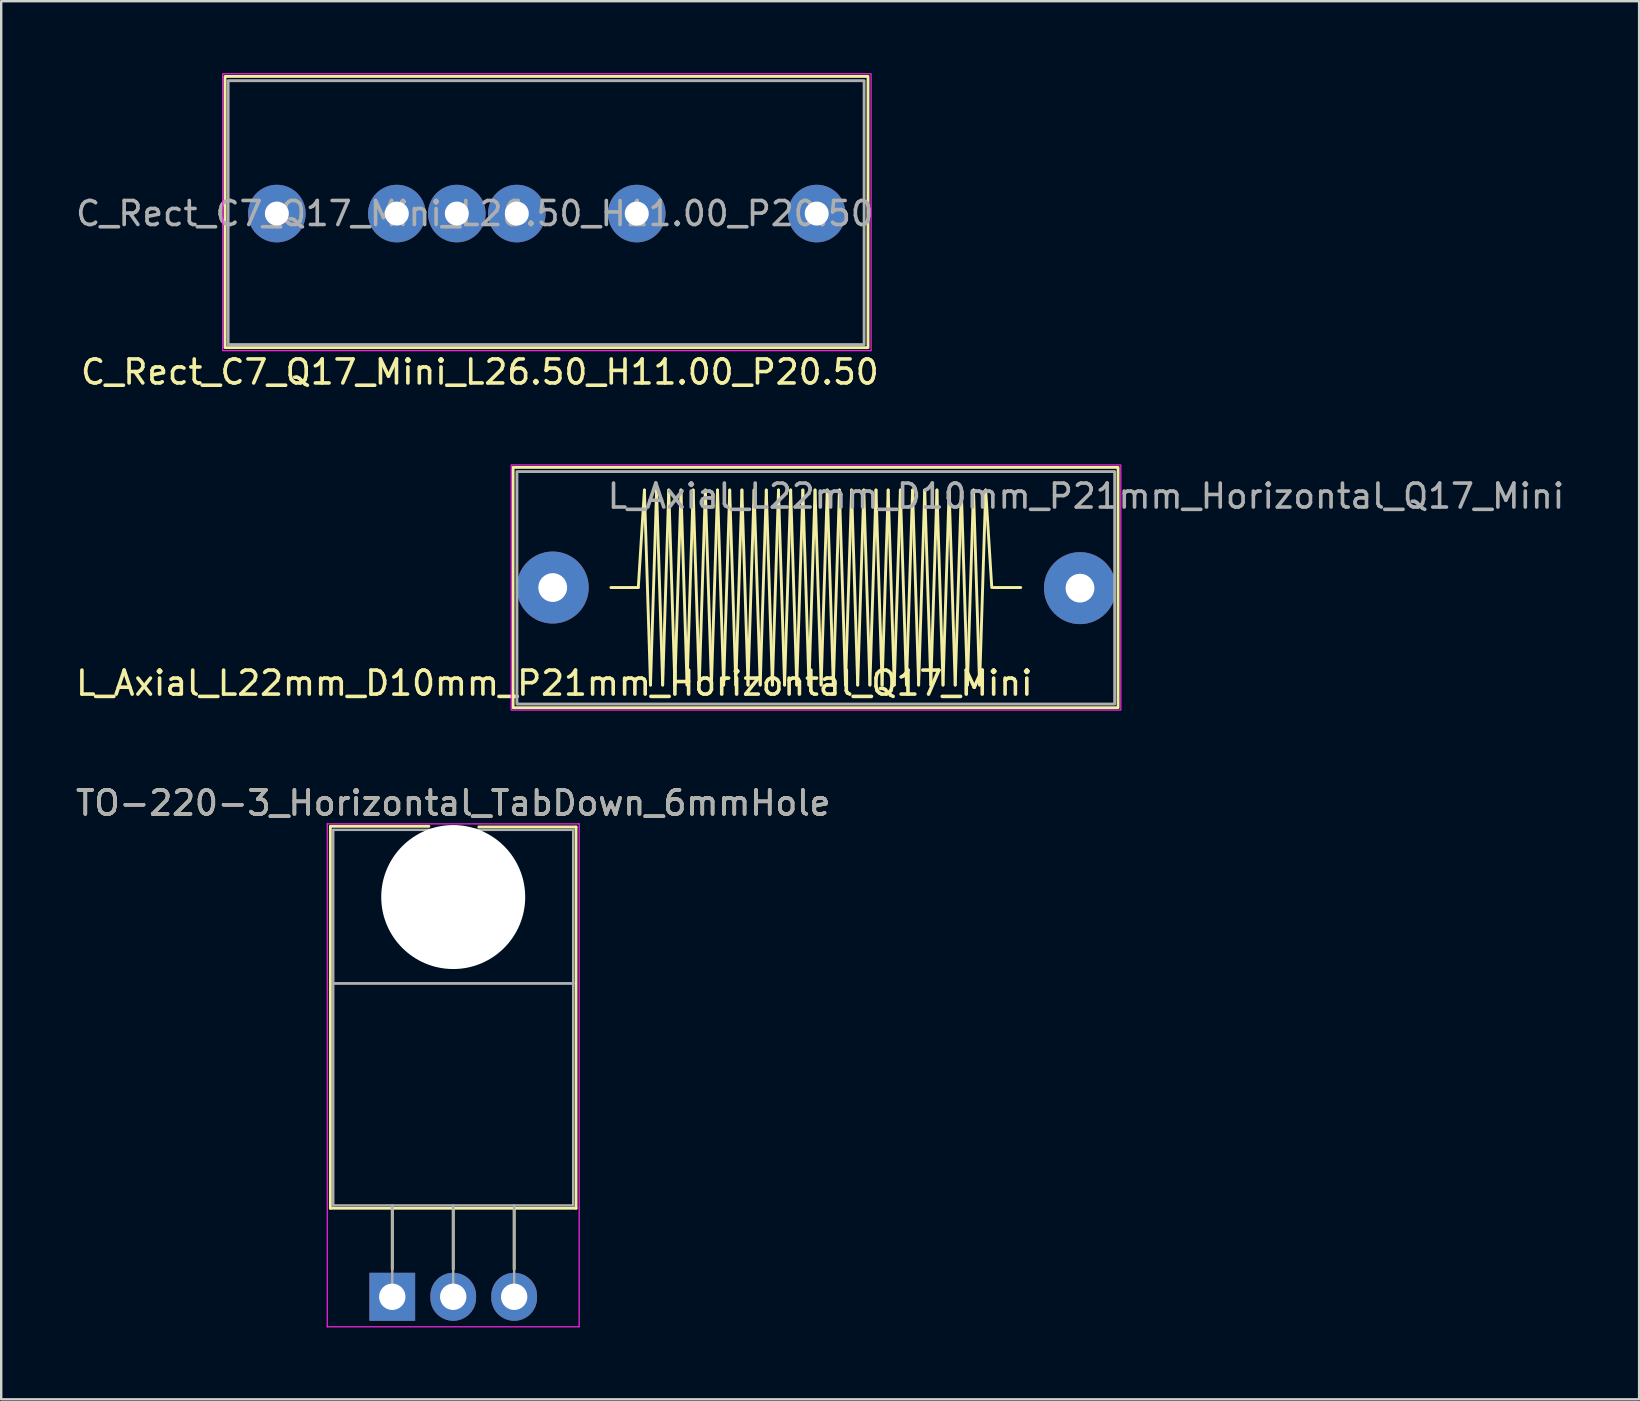
<source format=kicad_pcb>
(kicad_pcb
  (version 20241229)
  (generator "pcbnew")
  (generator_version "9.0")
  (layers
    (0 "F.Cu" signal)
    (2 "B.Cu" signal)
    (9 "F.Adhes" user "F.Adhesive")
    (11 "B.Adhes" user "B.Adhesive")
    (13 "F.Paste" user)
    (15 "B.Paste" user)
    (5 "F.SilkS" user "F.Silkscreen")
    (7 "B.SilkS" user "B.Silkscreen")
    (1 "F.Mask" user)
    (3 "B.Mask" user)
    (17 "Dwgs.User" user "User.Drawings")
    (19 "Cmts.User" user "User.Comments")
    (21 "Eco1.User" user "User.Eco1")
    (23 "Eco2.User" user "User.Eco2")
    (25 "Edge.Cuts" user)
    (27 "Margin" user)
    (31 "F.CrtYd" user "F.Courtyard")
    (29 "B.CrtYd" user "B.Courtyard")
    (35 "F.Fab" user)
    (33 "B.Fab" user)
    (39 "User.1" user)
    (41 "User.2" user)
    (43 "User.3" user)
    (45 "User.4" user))
  (footprint "C_Rect_C7_Q17_Mini_L26.50_H11.00_P20.50"
    (layer "F.Cu")
    (at 8.489 5.851)
    (property "Reference" "C_Rect_C7_Q17_Mini_L26.50_H11.00_P20.50" (at 8.461 6.604 0) (layer "F.SilkS") (effects (font (size 1 1) (thickness 0.15))))
    (attr through_hole)
    (fp_rect (start -2.159 -5.715) (end 24.638 5.588) (stroke (width 0.12) (type solid)) (fill no) (layer "F.SilkS"))
    (fp_rect (start -2.256 -5.826) (end 24.765 5.715) (stroke (width 0.05) (type solid)) (fill no) (layer "F.CrtYd"))
    (fp_rect (start -2.032 -5.539) (end 24.476 5.461) (stroke (width 0.12) (type solid)) (fill no) (layer "F.Fab"))
    (fp_text user "${REFERENCE}" (at 8.255 0 0) (layer "F.Fab") (effects (font (size 1 1) (thickness 0.15))))
    (pad "1" thru_hole circle (at 0 0) (size 2.4 2.4) (drill 1) (layers "*.Cu" "*.Mask"))
    (pad "2" thru_hole circle (at 5 0 180) (size 2.4 2.4) (drill 1) (layers "*.Cu" "*.Mask"))
    (pad "2" thru_hole circle (at 7.5 0 180) (size 2.4 2.4) (drill 1) (layers "*.Cu" "*.Mask"))
    (pad "2" thru_hole circle (at 10 0 180) (size 2.4 2.4) (drill 1) (layers "*.Cu" "*.Mask"))
    (pad "2" thru_hole circle (at 15 0 180) (size 2.4 2.4) (drill 1) (layers "*.Cu" "*.Mask"))
    (pad "2" thru_hole circle (at 22.5 0 180) (size 2.4 2.4) (drill 1) (layers "*.Cu" "*.Mask")))
  (footprint "L_Axial_L22mm_D10mm_P21mm_Horizontal_Q17_Mini"
    (layer "F.Cu")
    (at 19.986 21.437)
    (property "Reference" "L_Axial_L22mm_D10mm_P21mm_Horizontal_Q17_Mini" (at 0.068 3.986 0) (layer "F.SilkS") (effects (font (size 1 1) (thickness 0.15))))
    (attr through_hole)
    (fp_line (start 2.424 0) (end 3.567 0) (stroke (width 0.12) (type solid)) (layer "F.SilkS"))
    (fp_line (start 3.567 0) (end 3.821 -4.064) (stroke (width 0.12) (type solid)) (layer "F.SilkS"))
    (fp_line (start 3.821 -4.064) (end 4.075 4.064) (stroke (width 0.12) (type solid)) (layer "F.SilkS"))
    (fp_line (start 4.075 4.064) (end 4.329 -4.064) (stroke (width 0.12) (type solid)) (layer "F.SilkS"))
    (fp_line (start 4.329 -4.064) (end 4.583 4.064) (stroke (width 0.12) (type solid)) (layer "F.SilkS"))
    (fp_line (start 4.583 4.064) (end 4.837 -4.064) (stroke (width 0.12) (type solid)) (layer "F.SilkS"))
    (fp_line (start 4.837 -4.064) (end 5.091 4.064) (stroke (width 0.12) (type solid)) (layer "F.SilkS"))
    (fp_line (start 5.091 4.064) (end 5.345 -4.064) (stroke (width 0.12) (type solid)) (layer "F.SilkS"))
    (fp_line (start 5.345 -4.064) (end 5.599 4.064) (stroke (width 0.12) (type solid)) (layer "F.SilkS"))
    (fp_line (start 5.599 4.064) (end 5.853 -4.064) (stroke (width 0.12) (type solid)) (layer "F.SilkS"))
    (fp_line (start 5.853 -4.064) (end 6.107 4.064) (stroke (width 0.12) (type solid)) (layer "F.SilkS"))
    (fp_line (start 6.107 4.064) (end 6.361 -4.064) (stroke (width 0.12) (type solid)) (layer "F.SilkS"))
    (fp_line (start 6.361 -4.064) (end 6.615 4.064) (stroke (width 0.12) (type solid)) (layer "F.SilkS"))
    (fp_line (start 6.615 4.064) (end 6.869 -4.064) (stroke (width 0.12) (type solid)) (layer "F.SilkS"))
    (fp_line (start 6.869 -4.064) (end 7.123 4.064) (stroke (width 0.12) (type solid)) (layer "F.SilkS"))
    (fp_line (start 7.123 4.064) (end 7.377 -4.064) (stroke (width 0.12) (type solid)) (layer "F.SilkS"))
    (fp_line (start 7.377 -4.064) (end 7.631 4.064) (stroke (width 0.12) (type solid)) (layer "F.SilkS"))
    (fp_line (start 7.631 4.064) (end 7.885 -4.064) (stroke (width 0.12) (type solid)) (layer "F.SilkS"))
    (fp_line (start 7.885 -4.064) (end 8.139 4.064) (stroke (width 0.12) (type solid)) (layer "F.SilkS"))
    (fp_line (start 8.139 4.064) (end 8.393 -4.064) (stroke (width 0.12) (type solid)) (layer "F.SilkS"))
    (fp_line (start 8.393 -4.064) (end 8.647 4.064) (stroke (width 0.12) (type solid)) (layer "F.SilkS"))
    (fp_line (start 8.647 4.064) (end 8.901 -4.064) (stroke (width 0.12) (type solid)) (layer "F.SilkS"))
    (fp_line (start 8.901 -4.064) (end 9.155 4.064) (stroke (width 0.12) (type solid)) (layer "F.SilkS"))
    (fp_line (start 9.155 4.064) (end 9.409 -4.064) (stroke (width 0.12) (type solid)) (layer "F.SilkS"))
    (fp_line (start 9.409 -4.064) (end 9.663 4.064) (stroke (width 0.12) (type solid)) (layer "F.SilkS"))
    (fp_line (start 9.663 4.064) (end 9.917 -4.064) (stroke (width 0.12) (type solid)) (layer "F.SilkS"))
    (fp_line (start 9.917 -4.064) (end 10.171 4.064) (stroke (width 0.12) (type solid)) (layer "F.SilkS"))
    (fp_line (start 10.171 4.064) (end 10.425 -4.064) (stroke (width 0.12) (type solid)) (layer "F.SilkS"))
    (fp_line (start 10.425 -4.064) (end 10.679 4.064) (stroke (width 0.12) (type solid)) (layer "F.SilkS"))
    (fp_line (start 10.679 4.064) (end 10.933 -4.064) (stroke (width 0.12) (type solid)) (layer "F.SilkS"))
    (fp_line (start 10.933 -4.064) (end 11.187 4.064) (stroke (width 0.12) (type solid)) (layer "F.SilkS"))
    (fp_line (start 11.187 4.064) (end 11.441 -4.064) (stroke (width 0.12) (type solid)) (layer "F.SilkS"))
    (fp_line (start 11.441 -4.064) (end 11.695 4.064) (stroke (width 0.12) (type solid)) (layer "F.SilkS"))
    (fp_line (start 11.695 4.064) (end 11.949 -4.064) (stroke (width 0.12) (type solid)) (layer "F.SilkS"))
    (fp_line (start 11.949 -4.064) (end 12.203 4.064) (stroke (width 0.12) (type solid)) (layer "F.SilkS"))
    (fp_line (start 12.203 4.064) (end 12.457 -4.064) (stroke (width 0.12) (type solid)) (layer "F.SilkS"))
    (fp_line (start 12.457 -4.064) (end 12.711 4.064) (stroke (width 0.12) (type solid)) (layer "F.SilkS"))
    (fp_line (start 12.711 4.064) (end 12.965 -4.064) (stroke (width 0.12) (type solid)) (layer "F.SilkS"))
    (fp_line (start 12.965 -4.064) (end 13.219 4.064) (stroke (width 0.12) (type solid)) (layer "F.SilkS"))
    (fp_line (start 13.219 4.064) (end 13.473 -4.064) (stroke (width 0.12) (type solid)) (layer "F.SilkS"))
    (fp_line (start 13.473 -4.064) (end 13.727 4.064) (stroke (width 0.12) (type solid)) (layer "F.SilkS"))
    (fp_line (start 13.727 4.064) (end 13.981 -4.064) (stroke (width 0.12) (type solid)) (layer "F.SilkS"))
    (fp_line (start 13.981 -4.064) (end 14.235 4.064) (stroke (width 0.12) (type solid)) (layer "F.SilkS"))
    (fp_line (start 14.235 4.064) (end 14.489 -4.064) (stroke (width 0.12) (type solid)) (layer "F.SilkS"))
    (fp_line (start 14.489 -4.064) (end 14.743 4.064) (stroke (width 0.12) (type solid)) (layer "F.SilkS"))
    (fp_line (start 14.743 4.064) (end 14.997 -4.064) (stroke (width 0.12) (type solid)) (layer "F.SilkS"))
    (fp_line (start 14.997 -4.064) (end 15.251 4.064) (stroke (width 0.12) (type solid)) (layer "F.SilkS"))
    (fp_line (start 15.251 4.064) (end 15.505 -4.064) (stroke (width 0.12) (type solid)) (layer "F.SilkS"))
    (fp_line (start 15.505 -4.064) (end 15.759 4.064) (stroke (width 0.12) (type solid)) (layer "F.SilkS"))
    (fp_line (start 15.759 4.064) (end 16.013 -4.064) (stroke (width 0.12) (type solid)) (layer "F.SilkS"))
    (fp_line (start 16.013 -4.064) (end 16.267 4.064) (stroke (width 0.12) (type solid)) (layer "F.SilkS"))
    (fp_line (start 16.267 4.064) (end 16.521 -4.064) (stroke (width 0.12) (type solid)) (layer "F.SilkS"))
    (fp_line (start 16.521 -4.064) (end 16.775 4.064) (stroke (width 0.12) (type solid)) (layer "F.SilkS"))
    (fp_line (start 16.775 4.064) (end 17.029 -4.064) (stroke (width 0.12) (type solid)) (layer "F.SilkS"))
    (fp_line (start 17.029 -4.064) (end 17.283 4.064) (stroke (width 0.12) (type solid)) (layer "F.SilkS"))
    (fp_line (start 17.283 4.064) (end 17.537 -4.064) (stroke (width 0.12) (type solid)) (layer "F.SilkS"))
    (fp_line (start 17.537 -4.064) (end 17.791 4.064) (stroke (width 0.12) (type solid)) (layer "F.SilkS"))
    (fp_line (start 17.791 4.064) (end 18.045 -4.064) (stroke (width 0.12) (type solid)) (layer "F.SilkS"))
    (fp_line (start 18.299 0) (end 18.045 -4.064) (stroke (width 0.12) (type solid)) (layer "F.SilkS"))
    (fp_line (start 18.362 0) (end 19.505 0) (stroke (width 0.12) (type solid)) (layer "F.SilkS"))
    (fp_rect (start -1.651 -5.008) (end 23.563 5.008) (stroke (width 0.12) (type solid)) (fill no) (layer "F.SilkS"))
    (fp_rect (start -1.731 5.107) (end 23.677 -5.109) (stroke (width 0.05) (type solid)) (fill no) (layer "F.CrtYd"))
    (fp_rect (start -1.492 -4.833) (end 23.421 4.857) (stroke (width 0.12) (type solid)) (fill no) (layer "F.Fab"))
    (fp_text user "${REFERENCE}" (at 22.225 -3.81 0) (layer "F.Fab") (effects (font (size 1 1) (thickness 0.15))))
    (pad "1" thru_hole circle (at 0 0) (size 3 3) (drill 1.2) (layers "*.Cu" "*.Mask"))
    (pad "2" thru_hole circle (at 21.975 0.025) (size 3 3) (drill 1.2) (layers "*.Cu" "*.Mask")))
  (footprint "TO-220-3_Horizontal_TabDown_6mmHole"
    (layer "F.Cu")
    (at 13.299 50.997)
    (property "Reference" "TO-220-3_Horizontal_TabDown_6mmHole" (at 2.54 -20.58 0) (layer "F.SilkS") (effects (font (size 1 1) (thickness 0.15))))
    (attr through_hole)
    (fp_line (start -2.58 -19.609) (end 1.524 -19.609) (stroke (width 0.12) (type solid)) (layer "F.SilkS"))
    (fp_line (start -2.58 -19.58) (end -2.58 -3.69) (stroke (width 0.12) (type solid)) (layer "F.SilkS"))
    (fp_line (start -2.58 -3.69) (end 7.66 -3.69) (stroke (width 0.12) (type solid)) (layer "F.SilkS"))
    (fp_line (start 0 -3.69) (end 0 -1.15) (stroke (width 0.12) (type solid)) (layer "F.SilkS"))
    (fp_line (start 2.54 -3.69) (end 2.54 -1.15) (stroke (width 0.12) (type solid)) (layer "F.SilkS"))
    (fp_line (start 3.607 -19.58) (end 7.66 -19.58) (stroke (width 0.12) (type solid)) (layer "F.SilkS"))
    (fp_line (start 5.08 -3.69) (end 5.08 -1.15) (stroke (width 0.12) (type solid)) (layer "F.SilkS"))
    (fp_line (start 7.66 -19.58) (end 7.66 -3.69) (stroke (width 0.12) (type solid)) (layer "F.SilkS"))
    (fp_line (start -2.71 -19.71) (end -2.71 1.25) (stroke (width 0.05) (type solid)) (layer "F.CrtYd"))
    (fp_line (start -2.71 1.25) (end 7.79 1.25) (stroke (width 0.05) (type solid)) (layer "F.CrtYd"))
    (fp_line (start 7.79 -19.71) (end -2.71 -19.71) (stroke (width 0.05) (type solid)) (layer "F.CrtYd"))
    (fp_line (start 7.79 1.25) (end 7.79 -19.71) (stroke (width 0.05) (type solid)) (layer "F.CrtYd"))
    (fp_line (start -2.46 -19.46) (end 7.54 -19.46) (stroke (width 0.1) (type solid)) (layer "F.Fab"))
    (fp_line (start -2.46 -13.06) (end -2.46 -19.46) (stroke (width 0.1) (type solid)) (layer "F.Fab"))
    (fp_line (start -2.46 -13.06) (end 7.54 -13.06) (stroke (width 0.1) (type solid)) (layer "F.Fab"))
    (fp_line (start -2.46 -3.81) (end -2.46 -13.06) (stroke (width 0.1) (type solid)) (layer "F.Fab"))
    (fp_line (start 0 -3.81) (end 0 0) (stroke (width 0.1) (type solid)) (layer "F.Fab"))
    (fp_line (start 2.54 -3.81) (end 2.54 0) (stroke (width 0.1) (type solid)) (layer "F.Fab"))
    (fp_line (start 5.08 -3.81) (end 5.08 0) (stroke (width 0.1) (type solid)) (layer "F.Fab"))
    (fp_line (start 7.54 -19.46) (end 7.54 -13.06) (stroke (width 0.1) (type solid)) (layer "F.Fab"))
    (fp_line (start 7.54 -13.06) (end -2.46 -13.06) (stroke (width 0.1) (type solid)) (layer "F.Fab"))
    (fp_line (start 7.54 -13.06) (end 7.54 -3.81) (stroke (width 0.1) (type solid)) (layer "F.Fab"))
    (fp_line (start 7.54 -3.81) (end -2.46 -3.81) (stroke (width 0.1) (type solid)) (layer "F.Fab"))
    (fp_circle (center 2.54 -16.66) (end 5.334 -16.561) (stroke (width 0.1) (type solid)) (fill no) (layer "F.Fab"))
    (fp_text user "${REFERENCE}" (at 2.54 -20.58 0) (layer "F.Fab") (effects (font (size 1 1) (thickness 0.15))))
    (pad "" np_thru_hole circle (at 2.54 -16.66) (size 6 6) (drill 6) (layers "*.Cu" "*.Mask"))
    (pad "1" thru_hole rect (at 0 0) (size 1.905 2) (drill 1.1) (layers "*.Cu" "*.Mask"))
    (pad "2" thru_hole oval (at 2.54 0) (size 1.905 2) (drill 1.1) (layers "*.Cu" "*.Mask"))
    (pad "3" thru_hole oval (at 5.08 0) (size 1.905 2) (drill 1.1) (layers "*.Cu" "*.Mask")))
  (gr_rect
    (start -3 -3)
    (end 65.264 55.272)
    (stroke (width 0.1) (type default))
    (fill no)
    (layer "Edge.Cuts")))
</source>
